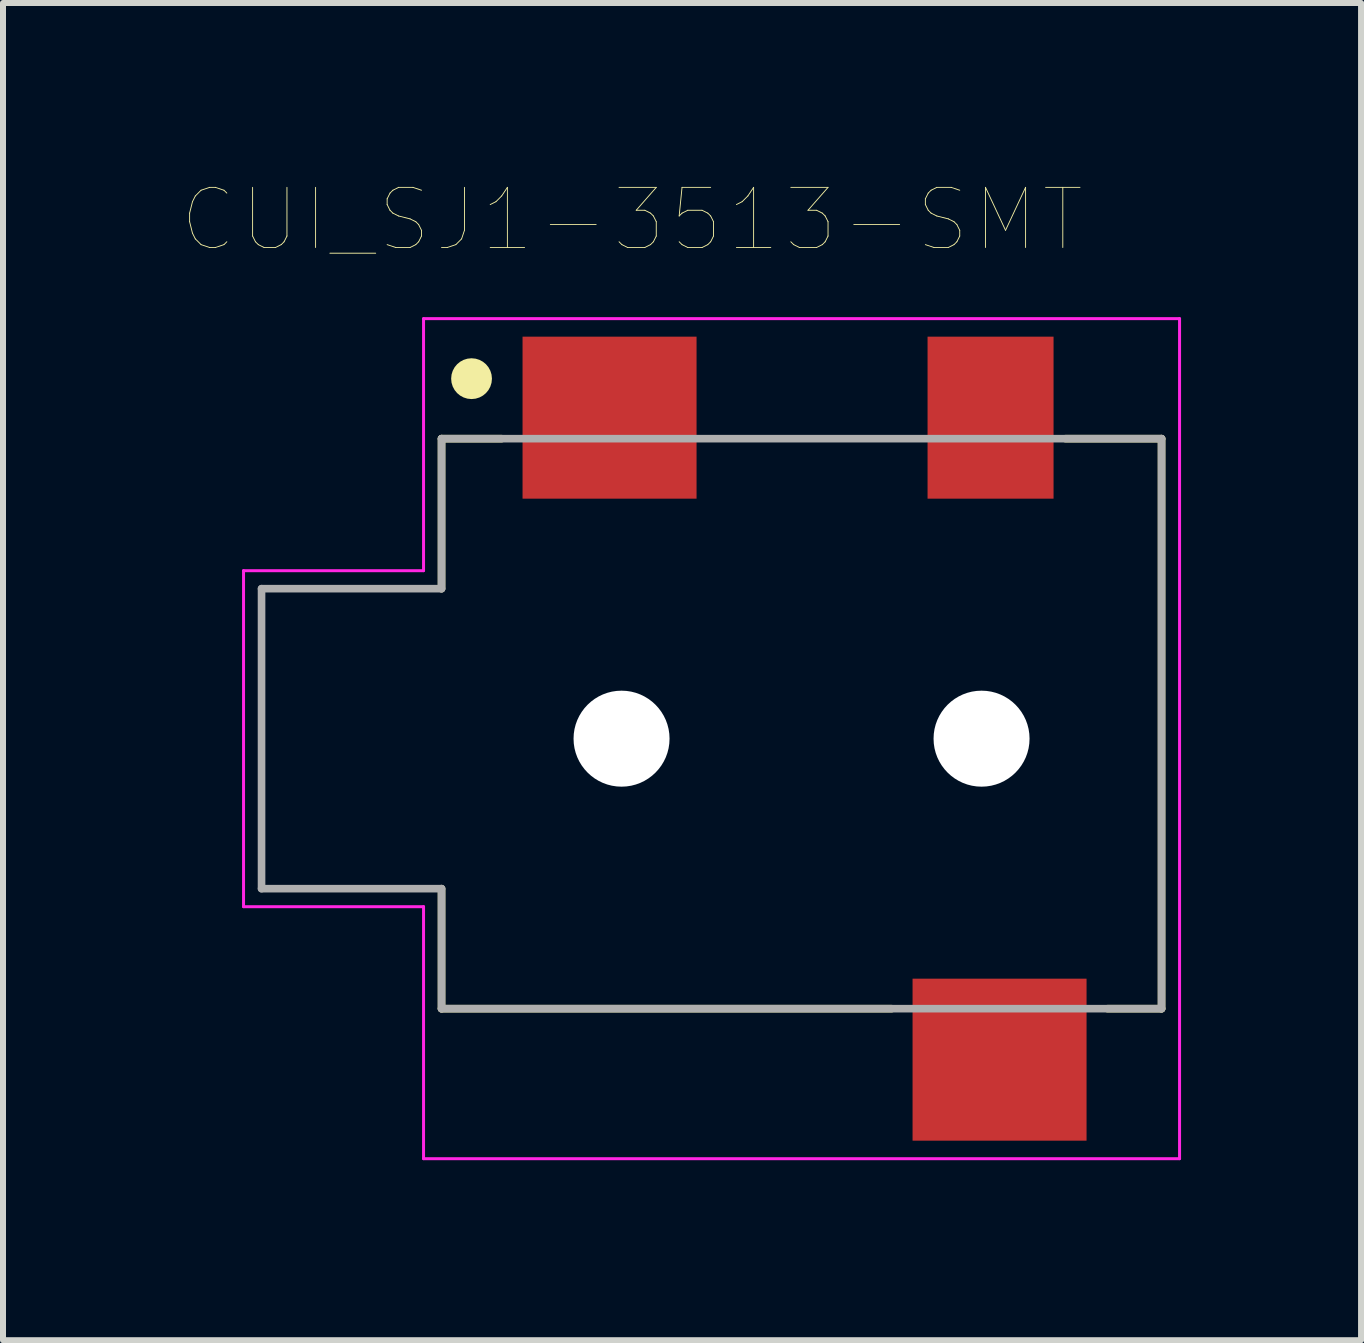
<source format=kicad_pcb>
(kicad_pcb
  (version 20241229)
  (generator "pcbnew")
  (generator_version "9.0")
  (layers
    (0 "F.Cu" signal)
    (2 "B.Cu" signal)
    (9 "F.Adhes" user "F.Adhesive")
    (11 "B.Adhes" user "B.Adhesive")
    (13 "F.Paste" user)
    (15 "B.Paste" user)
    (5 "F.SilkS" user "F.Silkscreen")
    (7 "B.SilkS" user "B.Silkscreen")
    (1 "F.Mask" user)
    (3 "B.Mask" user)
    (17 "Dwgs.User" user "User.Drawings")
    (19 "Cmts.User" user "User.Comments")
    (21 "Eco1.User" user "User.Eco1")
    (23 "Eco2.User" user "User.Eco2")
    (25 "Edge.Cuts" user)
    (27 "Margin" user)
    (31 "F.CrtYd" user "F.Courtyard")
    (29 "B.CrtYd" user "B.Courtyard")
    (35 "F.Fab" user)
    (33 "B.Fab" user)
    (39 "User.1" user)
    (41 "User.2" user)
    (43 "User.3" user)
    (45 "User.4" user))
  (footprint "CUI_SJ1-3513-SMT"
    (layer "F.Cu")
    (at 8.809 9.261)
    (property "Reference" "CUI_SJ1-3513-SMT" (at -1.327 -8.649 0) (layer "F.SilkS") (effects (font (size 1.002 1.002) (thickness 0.015))))
    (attr through_hole)
    (fp_line (start -4.5 -5) (end -4.5 -2.5) (stroke (width 0.127) (type solid)) (layer "F.SilkS"))
    (fp_line (start -4.5 4.5) (end -4.5 2.5) (stroke (width 0.127) (type solid)) (layer "F.SilkS"))
    (fp_line (start -3.5 -5) (end -4.5 -5) (stroke (width 0.127) (type solid)) (layer "F.SilkS"))
    (fp_line (start 3 4.5) (end -4.5 4.5) (stroke (width 0.127) (type solid)) (layer "F.SilkS"))
    (fp_line (start 5.9 -5) (end 7.5 -5) (stroke (width 0.127) (type solid)) (layer "F.SilkS"))
    (fp_line (start 7.5 -5) (end 7.5 4.5) (stroke (width 0.127) (type solid)) (layer "F.SilkS"))
    (fp_line (start 7.5 4.5) (end 6.6 4.5) (stroke (width 0.127) (type solid)) (layer "F.SilkS"))
    (fp_circle (center -4 -6) (end -3.83 -6) (stroke (width 0.34) (type solid)) (fill no) (layer "F.SilkS"))
    (fp_line (start -7.8 -2.8) (end -7.8 2.8) (stroke (width 0.05) (type solid)) (layer "F.CrtYd"))
    (fp_line (start -7.8 2.8) (end -4.8 2.8) (stroke (width 0.05) (type solid)) (layer "F.CrtYd"))
    (fp_line (start -4.8 -7) (end -4.8 -2.8) (stroke (width 0.05) (type solid)) (layer "F.CrtYd"))
    (fp_line (start -4.8 -2.8) (end -7.8 -2.8) (stroke (width 0.05) (type solid)) (layer "F.CrtYd"))
    (fp_line (start -4.8 2.8) (end -4.8 7) (stroke (width 0.05) (type solid)) (layer "F.CrtYd"))
    (fp_line (start -4.8 7) (end 7.8 7) (stroke (width 0.05) (type solid)) (layer "F.CrtYd"))
    (fp_line (start 7.8 -7) (end -4.8 -7) (stroke (width 0.05) (type solid)) (layer "F.CrtYd"))
    (fp_line (start 7.8 7) (end 7.8 -7) (stroke (width 0.05) (type solid)) (layer "F.CrtYd"))
    (fp_line (start -7.5 -2.5) (end -7.5 2.5) (stroke (width 0.127) (type solid)) (layer "F.Fab"))
    (fp_line (start -7.5 2.5) (end -4.5 2.5) (stroke (width 0.127) (type solid)) (layer "F.Fab"))
    (fp_line (start -4.5 -5) (end -4.5 -2.5) (stroke (width 0.127) (type solid)) (layer "F.Fab"))
    (fp_line (start -4.5 -2.5) (end -7.5 -2.5) (stroke (width 0.127) (type solid)) (layer "F.Fab"))
    (fp_line (start -4.5 2.5) (end -4.5 4.5) (stroke (width 0.127) (type solid)) (layer "F.Fab"))
    (fp_line (start -4.5 4.5) (end 7.5 4.5) (stroke (width 0.127) (type solid)) (layer "F.Fab"))
    (fp_line (start 7.5 -5) (end -4.5 -5) (stroke (width 0.127) (type solid)) (layer "F.Fab"))
    (fp_line (start 7.5 4.5) (end 7.5 -5) (stroke (width 0.127) (type solid)) (layer "F.Fab"))
    (pad "" np_thru_hole circle (at -1.5 0) (size 1.6 1.6) (drill 1.6) (layers "*.Cu" "*.Mask"))
    (pad "" np_thru_hole circle (at 4.5 0) (size 1.6 1.6) (drill 1.6) (layers "*.Cu" "*.Mask"))
    (pad "1" smd rect (at -1.7 -5.35) (size 2.9 2.7) (layers "F.Cu" "F.Mask" "F.Paste"))
    (pad "2" smd rect (at 4.8 5.35) (size 2.9 2.7) (layers "F.Cu" "F.Mask" "F.Paste"))
    (pad "3" smd rect (at 4.65 -5.35) (size 2.1 2.7) (layers "F.Cu" "F.Mask" "F.Paste")))
  (gr_rect
    (start -3 -3)
    (end 19.634 19.286)
    (stroke (width 0.1) (type default))
    (fill no)
    (layer "Edge.Cuts")))
</source>
